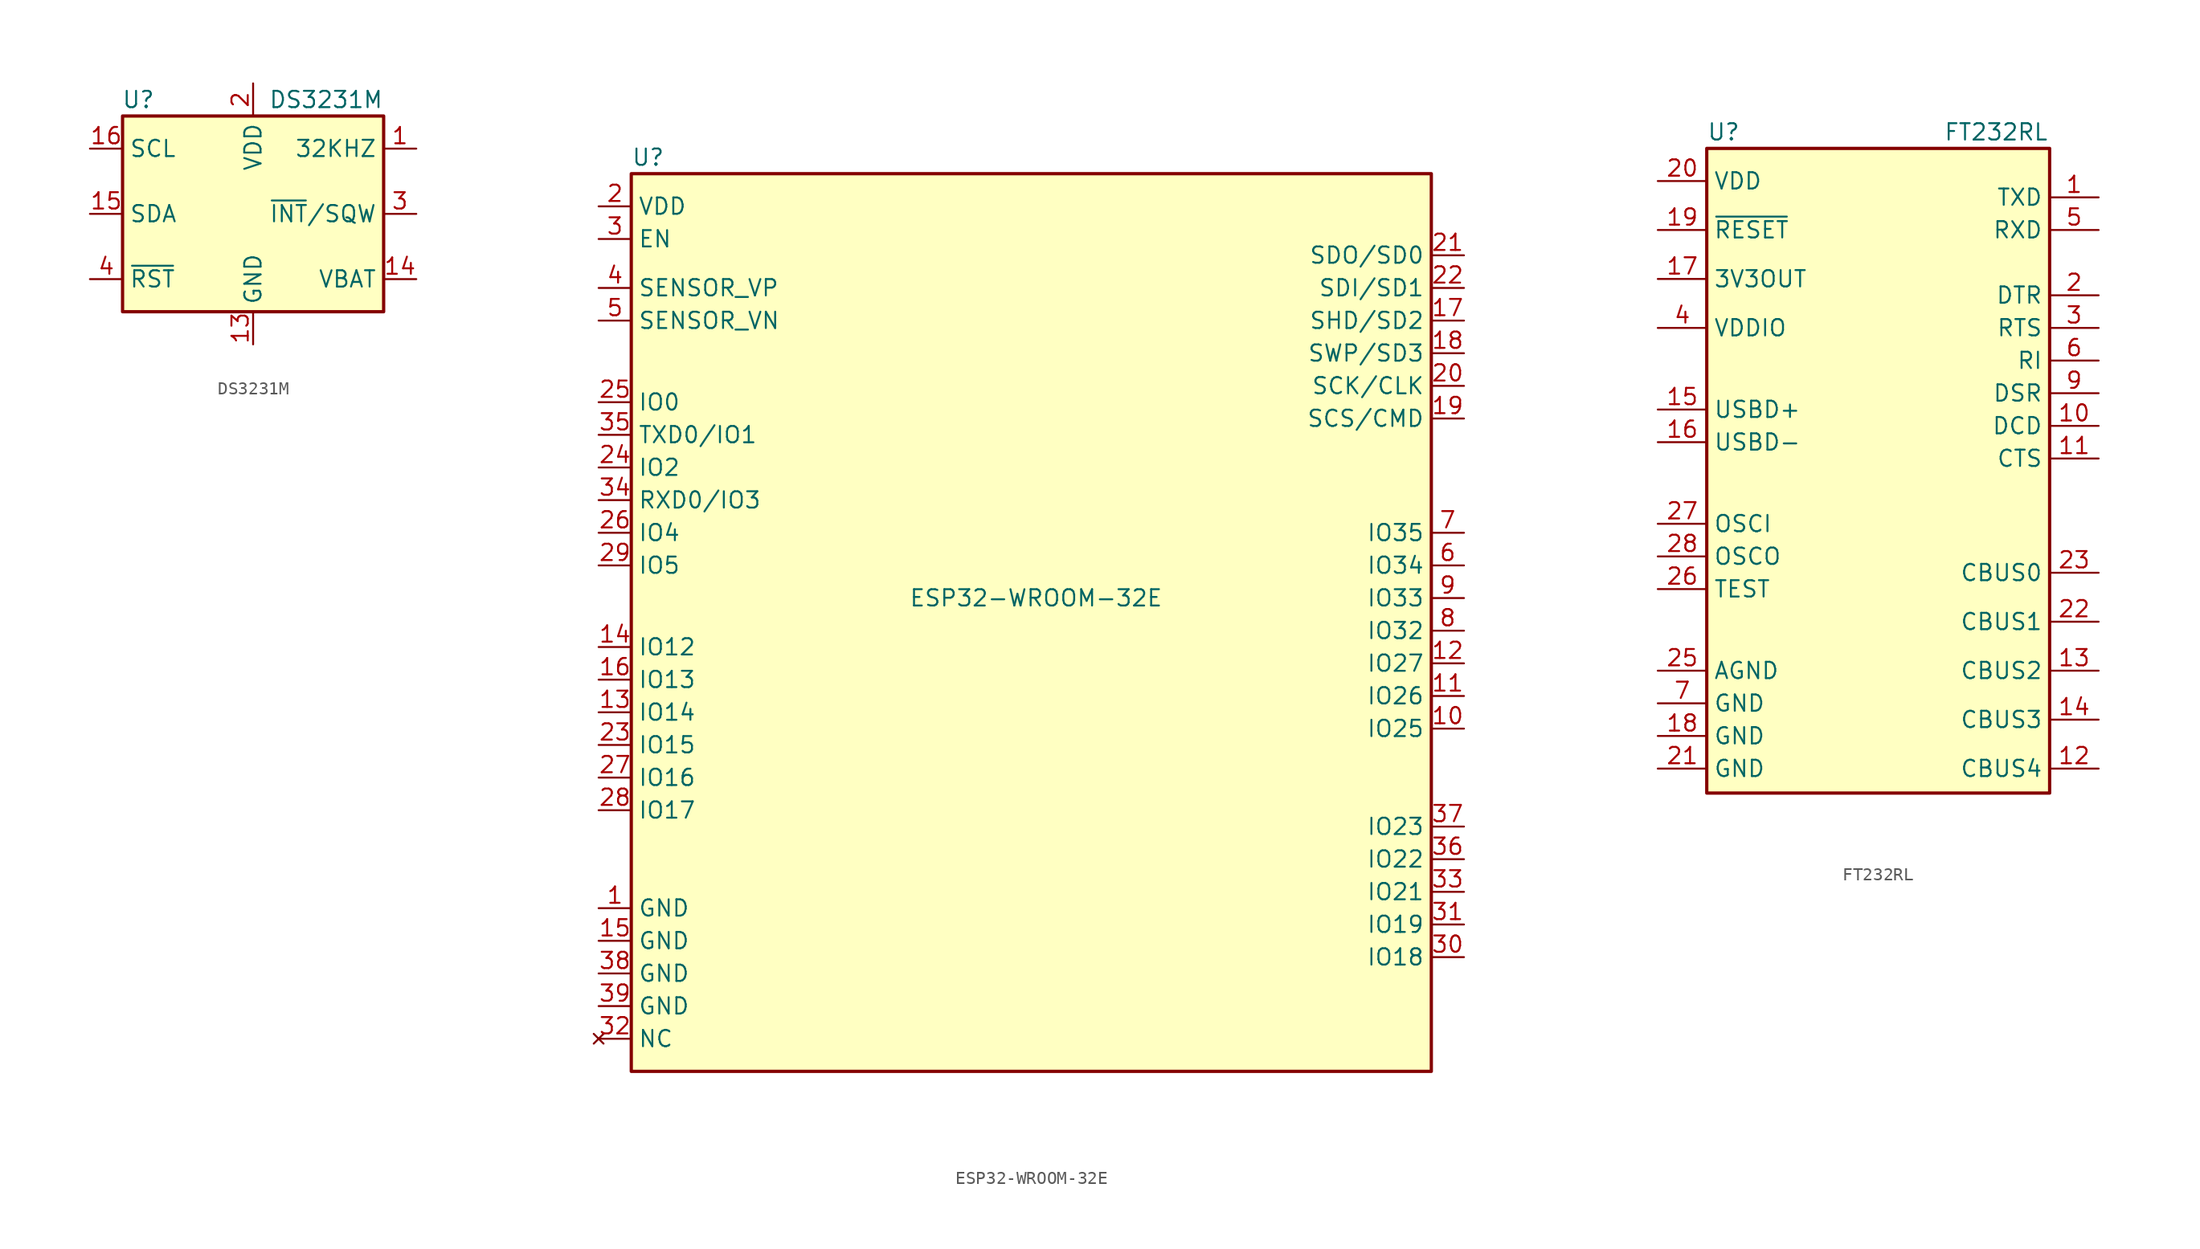
<source format=kicad_sym>
(kicad_symbol_lib
  (version 20211014)
  (generator kicad_symbol_editor)
  (symbol "DS3231M"
    (property "Reference" "U"
      (at -7.62 8.89 0)
      (effects (font (size 1.27 1.27)) (justify right)))
    (property "Value" "DS3231M"
      (at 10.16 8.89 0)
      (effects (font (size 1.27 1.27)) (justify right)))
    (symbol "DS3231M_0_1"
      (rectangle (start -10.16 7.62) (end 10.16 -7.62) (stroke (width 0.254) (type default) (color 0 0 0 0)) (fill (type background))))
    (symbol "DS3231M_1_1"
      (pin open_collector line (at 12.7 5.08 180) (length 2.54) (name "32KHZ" (effects (font (size 1.27 1.27)))) (number "1" (effects (font (size 1.27 1.27)))))
      (pin passive line (at 0 -10.16 90) (length 2.54) hide (name "GND" (effects (font (size 1.27 1.27)))) (number "10" (effects (font (size 1.27 1.27)))))
      (pin passive line (at 0 -10.16 90) (length 2.54) hide (name "GND" (effects (font (size 1.27 1.27)))) (number "11" (effects (font (size 1.27 1.27)))))
      (pin passive line (at 0 -10.16 90) (length 2.54) hide (name "GND" (effects (font (size 1.27 1.27)))) (number "12" (effects (font (size 1.27 1.27)))))
      (pin power_in line (at 0 -10.16 90) (length 2.54) (name "GND" (effects (font (size 1.27 1.27)))) (number "13" (effects (font (size 1.27 1.27)))))
      (pin power_in line (at 12.7 -5.08 180) (length 2.54) (name "VBAT" (effects (font (size 1.27 1.27)))) (number "14" (effects (font (size 1.27 1.27)))))
      (pin bidirectional line (at -12.7 0 0) (length 2.54) (name "SDA" (effects (font (size 1.27 1.27)))) (number "15" (effects (font (size 1.27 1.27)))))
      (pin input line (at -12.7 5.08 0) (length 2.54) (name "SCL" (effects (font (size 1.27 1.27)))) (number "16" (effects (font (size 1.27 1.27)))))
      (pin power_in line (at 0 10.16 270) (length 2.54) (name "VDD" (effects (font (size 1.27 1.27)))) (number "2" (effects (font (size 1.27 1.27)))))
      (pin open_collector line (at 12.7 0 180) (length 2.54) (name "~{INT}/SQW" (effects (font (size 1.27 1.27)))) (number "3" (effects (font (size 1.27 1.27)))))
      (pin bidirectional line (at -12.7 -5.08 0) (length 2.54) (name "~{RST}" (effects (font (size 1.27 1.27)))) (number "4" (effects (font (size 1.27 1.27)))))
      (pin passive line (at 0 -10.16 90) (length 2.54) hide (name "GND" (effects (font (size 1.27 1.27)))) (number "5" (effects (font (size 1.27 1.27)))))
      (pin passive line (at 0 -10.16 90) (length 2.54) hide (name "GND" (effects (font (size 1.27 1.27)))) (number "6" (effects (font (size 1.27 1.27)))))
      (pin passive line (at 0 -10.16 90) (length 2.54) hide (name "GND" (effects (font (size 1.27 1.27)))) (number "7" (effects (font (size 1.27 1.27)))))
      (pin passive line (at 0 -10.16 90) (length 2.54) hide (name "GND" (effects (font (size 1.27 1.27)))) (number "8" (effects (font (size 1.27 1.27)))))
      (pin passive line (at 0 -10.16 90) (length 2.54) hide (name "GND" (effects (font (size 1.27 1.27)))) (number "9" (effects (font (size 1.27 1.27)))))))
  (symbol "ESP32-WROOM-32E"
    (property "Reference" "U"
      (at -12.7 34.29 0)
      (effects (font (size 1.27 1.27)) (justify left)))
    (property "Value" "ESP32-WROOM-32E"
      (at 8.89 0 0)
      (effects (font (size 1.27 1.27)) (justify left)))
    (symbol "ESP32-WROOM-32E_0_1"
      (rectangle (start -12.7 33.02) (end 49.53 -36.83) (stroke (width 0.254) (type default) (color 0 0 0 0)) (fill (type background))))
    (symbol "ESP32-WROOM-32E_1_1"
      (pin power_in line (at -15.24 -24.13 0) (length 2.54) (name "GND" (effects (font (size 1.27 1.27)))) (number "1" (effects (font (size 1.27 1.27)))))
      (pin bidirectional line (at 52.07 -10.16 180) (length 2.54) (name "IO25" (effects (font (size 1.27 1.27)))) (number "10" (effects (font (size 1.27 1.27)))))
      (pin bidirectional line (at 52.07 -7.62 180) (length 2.54) (name "IO26" (effects (font (size 1.27 1.27)))) (number "11" (effects (font (size 1.27 1.27)))))
      (pin bidirectional line (at 52.07 -5.08 180) (length 2.54) (name "IO27" (effects (font (size 1.27 1.27)))) (number "12" (effects (font (size 1.27 1.27)))))
      (pin bidirectional line (at -15.24 -8.89 0) (length 2.54) (name "IO14" (effects (font (size 1.27 1.27)))) (number "13" (effects (font (size 1.27 1.27)))))
      (pin bidirectional line (at -15.24 -3.81 0) (length 2.54) (name "IO12" (effects (font (size 1.27 1.27)))) (number "14" (effects (font (size 1.27 1.27)))))
      (pin passive line (at -15.24 -26.67 0) (length 2.54) (name "GND" (effects (font (size 1.27 1.27)))) (number "15" (effects (font (size 1.27 1.27)))))
      (pin bidirectional line (at -15.24 -6.35 0) (length 2.54) (name "IO13" (effects (font (size 1.27 1.27)))) (number "16" (effects (font (size 1.27 1.27)))))
      (pin bidirectional line (at 52.07 21.59 180) (length 2.54) (name "SHD/SD2" (effects (font (size 1.27 1.27)))) (number "17" (effects (font (size 1.27 1.27)))))
      (pin bidirectional line (at 52.07 19.05 180) (length 2.54) (name "SWP/SD3" (effects (font (size 1.27 1.27)))) (number "18" (effects (font (size 1.27 1.27)))))
      (pin bidirectional line (at 52.07 13.97 180) (length 2.54) (name "SCS/CMD" (effects (font (size 1.27 1.27)))) (number "19" (effects (font (size 1.27 1.27)))))
      (pin power_in line (at -15.24 30.48 0) (length 2.54) (name "VDD" (effects (font (size 1.27 1.27)))) (number "2" (effects (font (size 1.27 1.27)))))
      (pin bidirectional line (at 52.07 16.51 180) (length 2.54) (name "SCK/CLK" (effects (font (size 1.27 1.27)))) (number "20" (effects (font (size 1.27 1.27)))))
      (pin bidirectional line (at 52.07 26.67 180) (length 2.54) (name "SDO/SD0" (effects (font (size 1.27 1.27)))) (number "21" (effects (font (size 1.27 1.27)))))
      (pin bidirectional line (at 52.07 24.13 180) (length 2.54) (name "SDI/SD1" (effects (font (size 1.27 1.27)))) (number "22" (effects (font (size 1.27 1.27)))))
      (pin bidirectional line (at -15.24 -11.43 0) (length 2.54) (name "IO15" (effects (font (size 1.27 1.27)))) (number "23" (effects (font (size 1.27 1.27)))))
      (pin bidirectional line (at -15.24 10.16 0) (length 2.54) (name "IO2" (effects (font (size 1.27 1.27)))) (number "24" (effects (font (size 1.27 1.27)))))
      (pin bidirectional line (at -15.24 15.24 0) (length 2.54) (name "IO0" (effects (font (size 1.27 1.27)))) (number "25" (effects (font (size 1.27 1.27)))))
      (pin bidirectional line (at -15.24 5.08 0) (length 2.54) (name "IO4" (effects (font (size 1.27 1.27)))) (number "26" (effects (font (size 1.27 1.27)))))
      (pin bidirectional line (at -15.24 -13.97 0) (length 2.54) (name "IO16" (effects (font (size 1.27 1.27)))) (number "27" (effects (font (size 1.27 1.27)))))
      (pin bidirectional line (at -15.24 -16.51 0) (length 2.54) (name "IO17" (effects (font (size 1.27 1.27)))) (number "28" (effects (font (size 1.27 1.27)))))
      (pin bidirectional line (at -15.24 2.54 0) (length 2.54) (name "IO5" (effects (font (size 1.27 1.27)))) (number "29" (effects (font (size 1.27 1.27)))))
      (pin input line (at -15.24 27.94 0) (length 2.54) (name "EN" (effects (font (size 1.27 1.27)))) (number "3" (effects (font (size 1.27 1.27)))))
      (pin bidirectional line (at 52.07 -27.94 180) (length 2.54) (name "IO18" (effects (font (size 1.27 1.27)))) (number "30" (effects (font (size 1.27 1.27)))))
      (pin bidirectional line (at 52.07 -25.4 180) (length 2.54) (name "IO19" (effects (font (size 1.27 1.27)))) (number "31" (effects (font (size 1.27 1.27)))))
      (pin no_connect line (at -15.24 -34.29 0) (length 2.54) (name "NC" (effects (font (size 1.27 1.27)))) (number "32" (effects (font (size 1.27 1.27)))))
      (pin bidirectional line (at 52.07 -22.86 180) (length 2.54) (name "IO21" (effects (font (size 1.27 1.27)))) (number "33" (effects (font (size 1.27 1.27)))))
      (pin bidirectional line (at -15.24 7.62 0) (length 2.54) (name "RXD0/IO3" (effects (font (size 1.27 1.27)))) (number "34" (effects (font (size 1.27 1.27)))))
      (pin bidirectional line (at -15.24 12.7 0) (length 2.54) (name "TXD0/IO1" (effects (font (size 1.27 1.27)))) (number "35" (effects (font (size 1.27 1.27)))))
      (pin bidirectional line (at 52.07 -20.32 180) (length 2.54) (name "IO22" (effects (font (size 1.27 1.27)))) (number "36" (effects (font (size 1.27 1.27)))))
      (pin bidirectional line (at 52.07 -17.78 180) (length 2.54) (name "IO23" (effects (font (size 1.27 1.27)))) (number "37" (effects (font (size 1.27 1.27)))))
      (pin passive line (at -15.24 -29.21 0) (length 2.54) (name "GND" (effects (font (size 1.27 1.27)))) (number "38" (effects (font (size 1.27 1.27)))))
      (pin passive line (at -15.24 -31.75 0) (length 2.54) (name "GND" (effects (font (size 1.27 1.27)))) (number "39" (effects (font (size 1.27 1.27)))))
      (pin input line (at -15.24 24.13 0) (length 2.54) (name "SENSOR_VP" (effects (font (size 1.27 1.27)))) (number "4" (effects (font (size 1.27 1.27)))))
      (pin input line (at -15.24 21.59 0) (length 2.54) (name "SENSOR_VN" (effects (font (size 1.27 1.27)))) (number "5" (effects (font (size 1.27 1.27)))))
      (pin input line (at 52.07 2.54 180) (length 2.54) (name "IO34" (effects (font (size 1.27 1.27)))) (number "6" (effects (font (size 1.27 1.27)))))
      (pin input line (at 52.07 5.08 180) (length 2.54) (name "IO35" (effects (font (size 1.27 1.27)))) (number "7" (effects (font (size 1.27 1.27)))))
      (pin bidirectional line (at 52.07 -2.54 180) (length 2.54) (name "IO32" (effects (font (size 1.27 1.27)))) (number "8" (effects (font (size 1.27 1.27)))))
      (pin bidirectional line (at 52.07 0 180) (length 2.54) (name "IO33" (effects (font (size 1.27 1.27)))) (number "9" (effects (font (size 1.27 1.27)))))))
  (symbol "FT232RL"
    (property "Reference" "U"
      (at -16.51 22.86 0)
      (effects (font (size 1.27 1.27)) (justify left)))
    (property "Value" "FT232RL"
      (at 1.905 22.86 0)
      (effects (font (size 1.27 1.27)) (justify left)))
    (symbol "FT232RL_0_1"
      (rectangle (start -16.51 21.59) (end 10.16 -28.575) (stroke (width 0.254) (type default) (color 0 0 0 0)) (fill (type background))))
    (symbol "FT232RL_1_1"
      (pin output line (at 13.97 17.78 180) (length 3.81) (name "TXD" (effects (font (size 1.27 1.27)))) (number "1" (effects (font (size 1.27 1.27)))))
      (pin input line (at 13.97 0 180) (length 3.81) (name "DCD" (effects (font (size 1.27 1.27)))) (number "10" (effects (font (size 1.27 1.27)))))
      (pin input line (at 13.97 -2.54 180) (length 3.81) (name "CTS" (effects (font (size 1.27 1.27)))) (number "11" (effects (font (size 1.27 1.27)))))
      (pin bidirectional line (at 13.97 -26.67 180) (length 3.81) (name "CBUS4" (effects (font (size 1.27 1.27)))) (number "12" (effects (font (size 1.27 1.27)))))
      (pin bidirectional line (at 13.97 -19.05 180) (length 3.81) (name "CBUS2" (effects (font (size 1.27 1.27)))) (number "13" (effects (font (size 1.27 1.27)))))
      (pin bidirectional line (at 13.97 -22.86 180) (length 3.81) (name "CBUS3" (effects (font (size 1.27 1.27)))) (number "14" (effects (font (size 1.27 1.27)))))
      (pin bidirectional line (at -20.32 1.27 0) (length 3.81) (name "USBD+" (effects (font (size 1.27 1.27)))) (number "15" (effects (font (size 1.27 1.27)))))
      (pin bidirectional line (at -20.32 -1.27 0) (length 3.81) (name "USBD-" (effects (font (size 1.27 1.27)))) (number "16" (effects (font (size 1.27 1.27)))))
      (pin power_out line (at -20.32 11.43 0) (length 3.81) (name "3V3OUT" (effects (font (size 1.27 1.27)))) (number "17" (effects (font (size 1.27 1.27)))))
      (pin power_in line (at -20.32 -24.13 0) (length 3.81) (name "GND" (effects (font (size 1.27 1.27)))) (number "18" (effects (font (size 1.27 1.27)))))
      (pin input line (at -20.32 15.24 0) (length 3.81) (name "~{RESET}" (effects (font (size 1.27 1.27)))) (number "19" (effects (font (size 1.27 1.27)))))
      (pin output line (at 13.97 10.16 180) (length 3.81) (name "DTR" (effects (font (size 1.27 1.27)))) (number "2" (effects (font (size 1.27 1.27)))))
      (pin power_in line (at -20.32 19.05 0) (length 3.81) (name "VDD" (effects (font (size 1.27 1.27)))) (number "20" (effects (font (size 1.27 1.27)))))
      (pin power_in line (at -20.32 -26.67 0) (length 3.81) (name "GND" (effects (font (size 1.27 1.27)))) (number "21" (effects (font (size 1.27 1.27)))))
      (pin bidirectional line (at 13.97 -15.24 180) (length 3.81) (name "CBUS1" (effects (font (size 1.27 1.27)))) (number "22" (effects (font (size 1.27 1.27)))))
      (pin bidirectional line (at 13.97 -11.43 180) (length 3.81) (name "CBUS0" (effects (font (size 1.27 1.27)))) (number "23" (effects (font (size 1.27 1.27)))))
      (pin power_in line (at -20.32 -19.05 0) (length 3.81) (name "AGND" (effects (font (size 1.27 1.27)))) (number "25" (effects (font (size 1.27 1.27)))))
      (pin input line (at -20.32 -12.7 0) (length 3.81) (name "TEST" (effects (font (size 1.27 1.27)))) (number "26" (effects (font (size 1.27 1.27)))))
      (pin input line (at -20.32 -7.62 0) (length 3.81) (name "OSCI" (effects (font (size 1.27 1.27)))) (number "27" (effects (font (size 1.27 1.27)))))
      (pin output line (at -20.32 -10.16 0) (length 3.81) (name "OSCO" (effects (font (size 1.27 1.27)))) (number "28" (effects (font (size 1.27 1.27)))))
      (pin output line (at 13.97 7.62 180) (length 3.81) (name "RTS" (effects (font (size 1.27 1.27)))) (number "3" (effects (font (size 1.27 1.27)))))
      (pin power_in line (at -20.32 7.62 0) (length 3.81) (name "VDDIO" (effects (font (size 1.27 1.27)))) (number "4" (effects (font (size 1.27 1.27)))))
      (pin input line (at 13.97 15.24 180) (length 3.81) (name "RXD" (effects (font (size 1.27 1.27)))) (number "5" (effects (font (size 1.27 1.27)))))
      (pin input line (at 13.97 5.08 180) (length 3.81) (name "RI" (effects (font (size 1.27 1.27)))) (number "6" (effects (font (size 1.27 1.27)))))
      (pin power_in line (at -20.32 -21.59 0) (length 3.81) (name "GND" (effects (font (size 1.27 1.27)))) (number "7" (effects (font (size 1.27 1.27)))))
      (pin input line (at 13.97 2.54 180) (length 3.81) (name "DSR" (effects (font (size 1.27 1.27)))) (number "9" (effects (font (size 1.27 1.27))))))))
</source>
